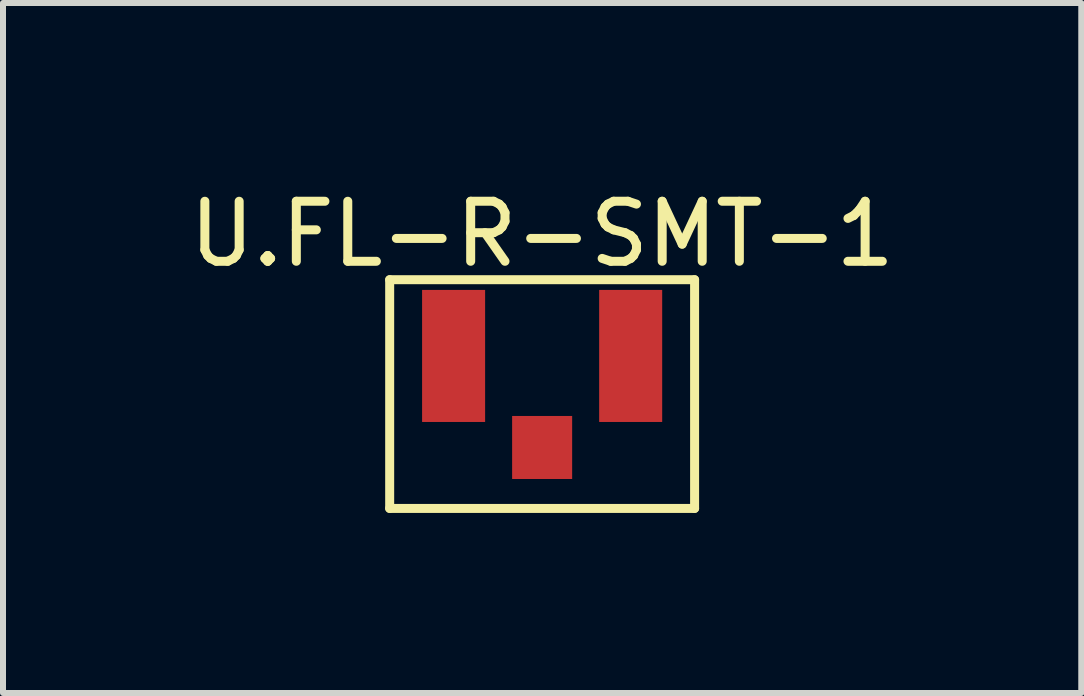
<source format=kicad_pcb>
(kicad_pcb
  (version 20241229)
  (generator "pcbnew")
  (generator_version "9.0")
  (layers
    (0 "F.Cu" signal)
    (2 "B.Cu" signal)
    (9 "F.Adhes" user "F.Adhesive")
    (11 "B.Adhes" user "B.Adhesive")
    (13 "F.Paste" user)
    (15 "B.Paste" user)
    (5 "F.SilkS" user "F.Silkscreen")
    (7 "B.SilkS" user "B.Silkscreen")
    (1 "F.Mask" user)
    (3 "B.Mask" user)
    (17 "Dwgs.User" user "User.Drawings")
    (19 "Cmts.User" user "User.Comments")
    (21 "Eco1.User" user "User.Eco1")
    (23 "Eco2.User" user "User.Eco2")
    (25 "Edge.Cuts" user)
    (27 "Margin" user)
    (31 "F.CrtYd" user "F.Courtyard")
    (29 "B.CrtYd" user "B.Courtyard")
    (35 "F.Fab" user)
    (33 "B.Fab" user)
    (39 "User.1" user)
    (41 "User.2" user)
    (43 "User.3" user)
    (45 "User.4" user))
  (footprint "U.FL-R-SMT-1"
    (layer "F.Cu")
    (at 5.982 2.88)
    (property "Reference" "U.FL-R-SMT-1" (at 0 -2.032 0) (layer "F.SilkS") (effects (font (size 1 1) (thickness 0.15))))
    (attr smd)
    (fp_line (start -2.54 -1.27) (end 2.54 -1.27) (stroke (width 0.15) (type solid)) (layer "F.SilkS"))
    (fp_line (start -2.54 2.54) (end -2.54 -1.27) (stroke (width 0.15) (type solid)) (layer "F.SilkS"))
    (fp_line (start 2.54 -1.27) (end 2.54 2.54) (stroke (width 0.15) (type solid)) (layer "F.SilkS"))
    (fp_line (start 2.54 2.54) (end -2.54 2.54) (stroke (width 0.15) (type solid)) (layer "F.SilkS"))
    (pad "1" smd rect (at 0 1.525) (size 1 1.05) (layers "F.Cu" "F.Mask" "F.Paste"))
    (pad "2" smd rect (at -1.475 0) (size 1.05 2.2) (layers "F.Cu" "F.Mask" "F.Paste"))
    (pad "2" smd rect (at 1.475 0) (size 1.05 2.2) (layers "F.Cu" "F.Mask" "F.Paste"))
    (zone (net_name "") (layer "F.Cu") (hatch edge 0.5) (connect_pads) (min_thickness 0.25) (filled_areas_thickness no) (keepout (tracks not_allowed) (vias not_allowed) (pads not_allowed) (copperpour not_allowed) (footprints not_allowed)) (placement (enabled no)) (fill) (polygon (pts (xy 5.082 1.58) (xy 6.882 1.58) (xy 6.882 3.88) (xy 5.082 3.88)))))
  (gr_rect
    (start -3 -3)
    (end 14.964 8.495)
    (stroke (width 0.1) (type default))
    (fill no)
    (layer "Edge.Cuts")))
</source>
